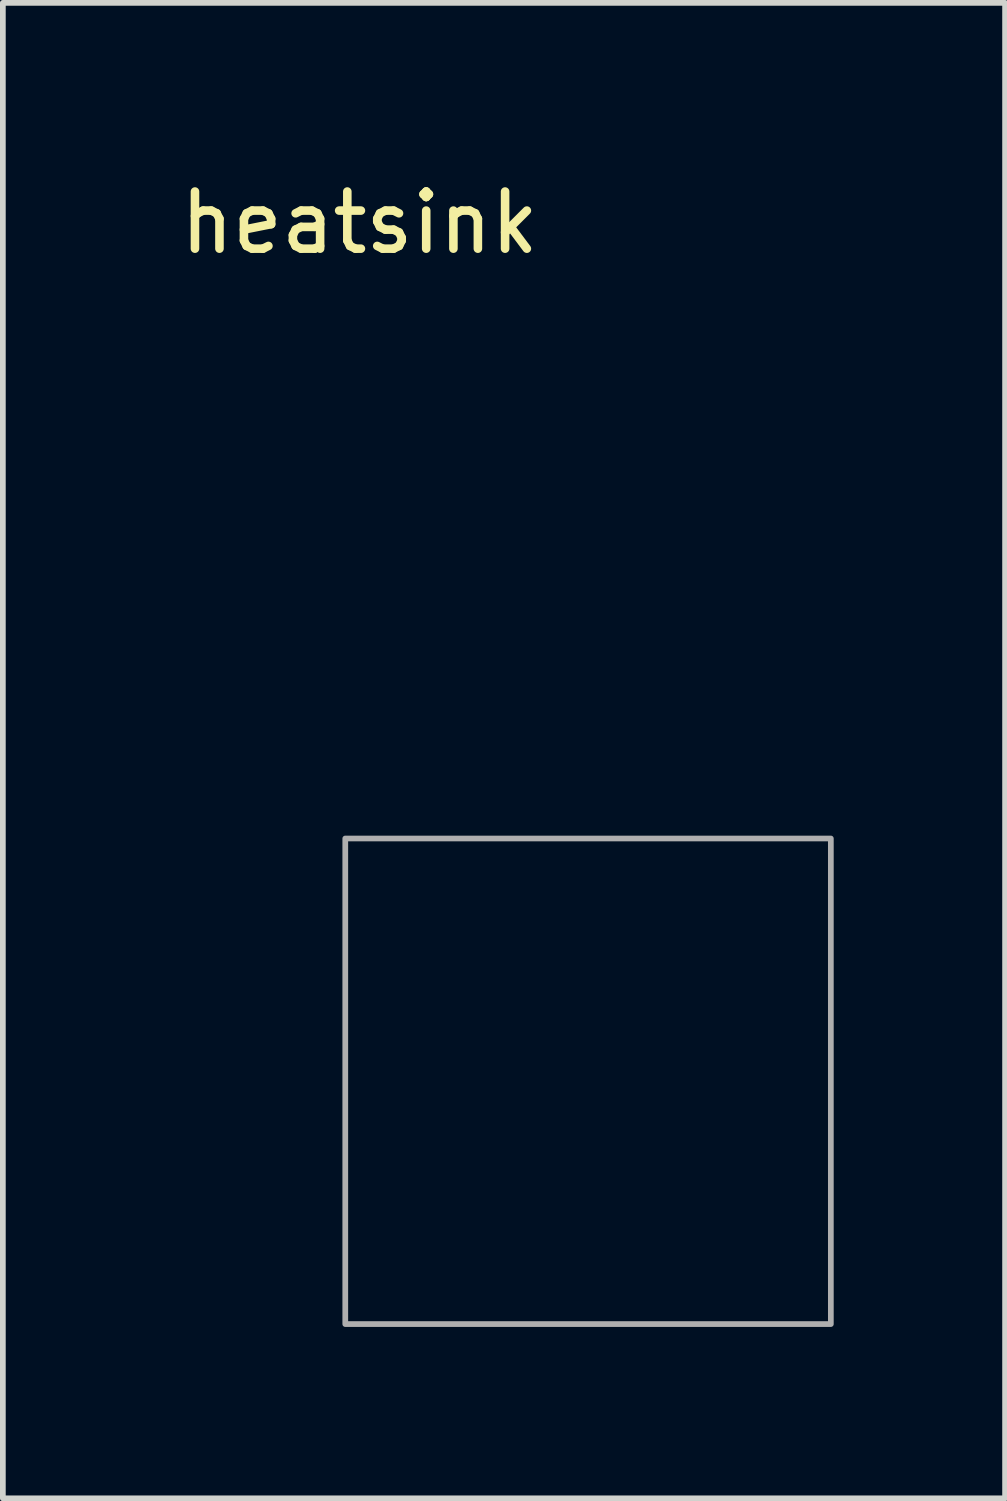
<source format=kicad_pcb>
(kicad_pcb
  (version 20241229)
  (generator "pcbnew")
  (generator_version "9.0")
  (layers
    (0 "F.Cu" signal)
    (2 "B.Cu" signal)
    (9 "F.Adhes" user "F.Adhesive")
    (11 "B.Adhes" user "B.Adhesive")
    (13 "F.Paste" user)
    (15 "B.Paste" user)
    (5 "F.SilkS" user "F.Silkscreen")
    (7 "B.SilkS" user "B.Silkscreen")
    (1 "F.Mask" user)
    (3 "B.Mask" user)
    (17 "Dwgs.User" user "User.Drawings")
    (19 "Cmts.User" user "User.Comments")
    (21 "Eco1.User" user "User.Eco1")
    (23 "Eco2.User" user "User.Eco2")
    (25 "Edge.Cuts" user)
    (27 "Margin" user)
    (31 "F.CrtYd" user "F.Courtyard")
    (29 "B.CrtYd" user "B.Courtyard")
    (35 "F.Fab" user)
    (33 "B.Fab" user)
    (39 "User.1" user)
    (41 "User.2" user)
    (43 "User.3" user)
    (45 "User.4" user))
  (footprint "heatsink"
    (layer "F.Cu")
    (at 2.994 11.628)
    (property "Reference" "heatsink" (at 0.25 -10.78 0) (unlocked yes) (layer "F.SilkS") (effects (font (size 1 1) (thickness 0.15))))
    (attr smd)
    (fp_rect (start 0 0) (end 8.5 8.5) (stroke (width 0.1) (type default)) (fill no) (layer "F.Fab")))
  (gr_rect
    (start -3 -3)
    (end 14.544 23.178)
    (stroke (width 0.1) (type default))
    (fill no)
    (layer "Edge.Cuts")))
</source>
